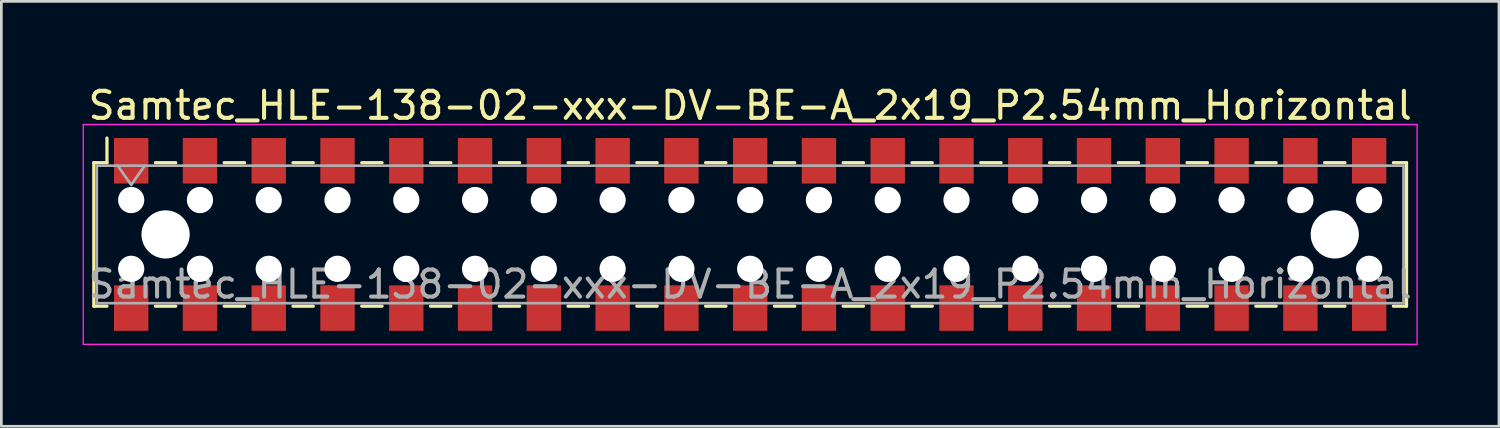
<source format=kicad_pcb>
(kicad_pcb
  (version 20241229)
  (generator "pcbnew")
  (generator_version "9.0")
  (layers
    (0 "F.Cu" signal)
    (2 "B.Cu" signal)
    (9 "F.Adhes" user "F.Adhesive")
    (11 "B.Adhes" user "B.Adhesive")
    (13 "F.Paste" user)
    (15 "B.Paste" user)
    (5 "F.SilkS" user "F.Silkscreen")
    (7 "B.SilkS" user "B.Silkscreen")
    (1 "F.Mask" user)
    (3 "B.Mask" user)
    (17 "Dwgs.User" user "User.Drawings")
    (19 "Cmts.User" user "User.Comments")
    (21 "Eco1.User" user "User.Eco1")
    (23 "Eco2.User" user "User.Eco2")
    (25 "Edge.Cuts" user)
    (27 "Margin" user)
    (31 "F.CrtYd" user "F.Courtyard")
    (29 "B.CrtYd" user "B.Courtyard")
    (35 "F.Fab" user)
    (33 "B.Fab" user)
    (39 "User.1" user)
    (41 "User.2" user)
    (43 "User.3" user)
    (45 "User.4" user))
  (footprint "Samtec_HLE-138-02-xxx-DV-BE-A_2x19_P2.54mm_Horizontal"
    (layer "F.Cu")
    (at 24.655 5.608)
    (property "Reference" "Samtec_HLE-138-02-xxx-DV-BE-A_2x19_P2.54mm_Horizontal" (at 0 -4.76 0) (layer "F.SilkS") (effects (font (size 1 1) (thickness 0.15))))
    (attr smd)
    (fp_line (start -24.24 -2.65) (end -24.24 2.65) (stroke (width 0.12) (type solid)) (layer "F.SilkS"))
    (fp_line (start -24.24 2.65) (end -23.755 2.65) (stroke (width 0.12) (type solid)) (layer "F.SilkS"))
    (fp_line (start -23.755 -3.56) (end -23.755 -2.65) (stroke (width 0.12) (type solid)) (layer "F.SilkS"))
    (fp_line (start -23.755 -2.65) (end -24.24 -2.65) (stroke (width 0.12) (type solid)) (layer "F.SilkS"))
    (fp_line (start -21.965 -2.65) (end -21.215 -2.65) (stroke (width 0.12) (type solid)) (layer "F.SilkS"))
    (fp_line (start -21.965 2.65) (end -21.215 2.65) (stroke (width 0.12) (type solid)) (layer "F.SilkS"))
    (fp_line (start -19.425 -2.65) (end -18.675 -2.65) (stroke (width 0.12) (type solid)) (layer "F.SilkS"))
    (fp_line (start -19.425 2.65) (end -18.675 2.65) (stroke (width 0.12) (type solid)) (layer "F.SilkS"))
    (fp_line (start -16.885 -2.65) (end -16.135 -2.65) (stroke (width 0.12) (type solid)) (layer "F.SilkS"))
    (fp_line (start -16.885 2.65) (end -16.135 2.65) (stroke (width 0.12) (type solid)) (layer "F.SilkS"))
    (fp_line (start -14.345 -2.65) (end -13.595 -2.65) (stroke (width 0.12) (type solid)) (layer "F.SilkS"))
    (fp_line (start -14.345 2.65) (end -13.595 2.65) (stroke (width 0.12) (type solid)) (layer "F.SilkS"))
    (fp_line (start -11.805 -2.65) (end -11.055 -2.65) (stroke (width 0.12) (type solid)) (layer "F.SilkS"))
    (fp_line (start -11.805 2.65) (end -11.055 2.65) (stroke (width 0.12) (type solid)) (layer "F.SilkS"))
    (fp_line (start -9.265 -2.65) (end -8.515 -2.65) (stroke (width 0.12) (type solid)) (layer "F.SilkS"))
    (fp_line (start -9.265 2.65) (end -8.515 2.65) (stroke (width 0.12) (type solid)) (layer "F.SilkS"))
    (fp_line (start -6.725 -2.65) (end -5.975 -2.65) (stroke (width 0.12) (type solid)) (layer "F.SilkS"))
    (fp_line (start -6.725 2.65) (end -5.975 2.65) (stroke (width 0.12) (type solid)) (layer "F.SilkS"))
    (fp_line (start -4.185 -2.65) (end -3.435 -2.65) (stroke (width 0.12) (type solid)) (layer "F.SilkS"))
    (fp_line (start -4.185 2.65) (end -3.435 2.65) (stroke (width 0.12) (type solid)) (layer "F.SilkS"))
    (fp_line (start -1.645 -2.65) (end -0.895 -2.65) (stroke (width 0.12) (type solid)) (layer "F.SilkS"))
    (fp_line (start -1.645 2.65) (end -0.895 2.65) (stroke (width 0.12) (type solid)) (layer "F.SilkS"))
    (fp_line (start 0.895 -2.65) (end 1.645 -2.65) (stroke (width 0.12) (type solid)) (layer "F.SilkS"))
    (fp_line (start 0.895 2.65) (end 1.645 2.65) (stroke (width 0.12) (type solid)) (layer "F.SilkS"))
    (fp_line (start 3.435 -2.65) (end 4.185 -2.65) (stroke (width 0.12) (type solid)) (layer "F.SilkS"))
    (fp_line (start 3.435 2.65) (end 4.185 2.65) (stroke (width 0.12) (type solid)) (layer "F.SilkS"))
    (fp_line (start 5.975 -2.65) (end 6.725 -2.65) (stroke (width 0.12) (type solid)) (layer "F.SilkS"))
    (fp_line (start 5.975 2.65) (end 6.725 2.65) (stroke (width 0.12) (type solid)) (layer "F.SilkS"))
    (fp_line (start 8.515 -2.65) (end 9.265 -2.65) (stroke (width 0.12) (type solid)) (layer "F.SilkS"))
    (fp_line (start 8.515 2.65) (end 9.265 2.65) (stroke (width 0.12) (type solid)) (layer "F.SilkS"))
    (fp_line (start 11.055 -2.65) (end 11.805 -2.65) (stroke (width 0.12) (type solid)) (layer "F.SilkS"))
    (fp_line (start 11.055 2.65) (end 11.805 2.65) (stroke (width 0.12) (type solid)) (layer "F.SilkS"))
    (fp_line (start 13.595 -2.65) (end 14.345 -2.65) (stroke (width 0.12) (type solid)) (layer "F.SilkS"))
    (fp_line (start 13.595 2.65) (end 14.345 2.65) (stroke (width 0.12) (type solid)) (layer "F.SilkS"))
    (fp_line (start 16.135 -2.65) (end 16.885 -2.65) (stroke (width 0.12) (type solid)) (layer "F.SilkS"))
    (fp_line (start 16.135 2.65) (end 16.885 2.65) (stroke (width 0.12) (type solid)) (layer "F.SilkS"))
    (fp_line (start 18.675 -2.65) (end 19.425 -2.65) (stroke (width 0.12) (type solid)) (layer "F.SilkS"))
    (fp_line (start 18.675 2.65) (end 19.425 2.65) (stroke (width 0.12) (type solid)) (layer "F.SilkS"))
    (fp_line (start 21.215 -2.65) (end 21.965 -2.65) (stroke (width 0.12) (type solid)) (layer "F.SilkS"))
    (fp_line (start 21.215 2.65) (end 21.965 2.65) (stroke (width 0.12) (type solid)) (layer "F.SilkS"))
    (fp_line (start 23.755 -2.65) (end 24.24 -2.65) (stroke (width 0.12) (type solid)) (layer "F.SilkS"))
    (fp_line (start 24.24 -2.65) (end 24.24 2.65) (stroke (width 0.12) (type solid)) (layer "F.SilkS"))
    (fp_line (start 24.24 2.65) (end 23.755 2.65) (stroke (width 0.12) (type solid)) (layer "F.SilkS"))
    (fp_line (start -24.63 -4.06) (end 24.63 -4.06) (stroke (width 0.05) (type solid)) (layer "F.CrtYd"))
    (fp_line (start -24.63 4.06) (end -24.63 -4.06) (stroke (width 0.05) (type solid)) (layer "F.CrtYd"))
    (fp_line (start 24.63 -4.06) (end 24.63 4.06) (stroke (width 0.05) (type solid)) (layer "F.CrtYd"))
    (fp_line (start 24.63 4.06) (end -24.63 4.06) (stroke (width 0.05) (type solid)) (layer "F.CrtYd"))
    (fp_line (start -24.13 -2.54) (end 24.13 -2.54) (stroke (width 0.1) (type solid)) (layer "F.Fab"))
    (fp_line (start -24.13 2.54) (end -24.13 -2.54) (stroke (width 0.1) (type solid)) (layer "F.Fab"))
    (fp_line (start -23.36 -2.54) (end -22.86 -1.833) (stroke (width 0.1) (type solid)) (layer "F.Fab"))
    (fp_line (start -22.86 -1.833) (end -22.36 -2.54) (stroke (width 0.1) (type solid)) (layer "F.Fab"))
    (fp_line (start 24.13 -2.54) (end 24.13 2.54) (stroke (width 0.1) (type solid)) (layer "F.Fab"))
    (fp_line (start 24.13 2.54) (end -24.13 2.54) (stroke (width 0.1) (type solid)) (layer "F.Fab"))
    (fp_text user "${REFERENCE}" (at 0 1.84 0) (layer "F.Fab") (effects (font (size 1 1) (thickness 0.15))))
    (pad "" np_thru_hole circle (at -22.86 -1.27) (size 0.97 0.97) (drill 0.97) (layers "*.Cu" "*.Mask"))
    (pad "" np_thru_hole circle (at -22.86 1.27) (size 0.97 0.97) (drill 0.97) (layers "*.Cu" "*.Mask"))
    (pad "" np_thru_hole circle (at -21.59 0) (size 1.78 1.78) (drill 1.78) (layers "*.Cu" "*.Mask"))
    (pad "" np_thru_hole circle (at -20.32 -1.27) (size 0.97 0.97) (drill 0.97) (layers "*.Cu" "*.Mask"))
    (pad "" np_thru_hole circle (at -20.32 1.27) (size 0.97 0.97) (drill 0.97) (layers "*.Cu" "*.Mask"))
    (pad "" np_thru_hole circle (at -17.78 -1.27) (size 0.97 0.97) (drill 0.97) (layers "*.Cu" "*.Mask"))
    (pad "" np_thru_hole circle (at -17.78 1.27) (size 0.97 0.97) (drill 0.97) (layers "*.Cu" "*.Mask"))
    (pad "" np_thru_hole circle (at -15.24 -1.27) (size 0.97 0.97) (drill 0.97) (layers "*.Cu" "*.Mask"))
    (pad "" np_thru_hole circle (at -15.24 1.27) (size 0.97 0.97) (drill 0.97) (layers "*.Cu" "*.Mask"))
    (pad "" np_thru_hole circle (at -12.7 -1.27) (size 0.97 0.97) (drill 0.97) (layers "*.Cu" "*.Mask"))
    (pad "" np_thru_hole circle (at -12.7 1.27) (size 0.97 0.97) (drill 0.97) (layers "*.Cu" "*.Mask"))
    (pad "" np_thru_hole circle (at -10.16 -1.27) (size 0.97 0.97) (drill 0.97) (layers "*.Cu" "*.Mask"))
    (pad "" np_thru_hole circle (at -10.16 1.27) (size 0.97 0.97) (drill 0.97) (layers "*.Cu" "*.Mask"))
    (pad "" np_thru_hole circle (at -7.62 -1.27) (size 0.97 0.97) (drill 0.97) (layers "*.Cu" "*.Mask"))
    (pad "" np_thru_hole circle (at -7.62 1.27) (size 0.97 0.97) (drill 0.97) (layers "*.Cu" "*.Mask"))
    (pad "" np_thru_hole circle (at -5.08 -1.27) (size 0.97 0.97) (drill 0.97) (layers "*.Cu" "*.Mask"))
    (pad "" np_thru_hole circle (at -5.08 1.27) (size 0.97 0.97) (drill 0.97) (layers "*.Cu" "*.Mask"))
    (pad "" np_thru_hole circle (at -2.54 -1.27) (size 0.97 0.97) (drill 0.97) (layers "*.Cu" "*.Mask"))
    (pad "" np_thru_hole circle (at -2.54 1.27) (size 0.97 0.97) (drill 0.97) (layers "*.Cu" "*.Mask"))
    (pad "" np_thru_hole circle (at 0 -1.27) (size 0.97 0.97) (drill 0.97) (layers "*.Cu" "*.Mask"))
    (pad "" np_thru_hole circle (at 0 1.27) (size 0.97 0.97) (drill 0.97) (layers "*.Cu" "*.Mask"))
    (pad "" np_thru_hole circle (at 2.54 -1.27) (size 0.97 0.97) (drill 0.97) (layers "*.Cu" "*.Mask"))
    (pad "" np_thru_hole circle (at 2.54 1.27) (size 0.97 0.97) (drill 0.97) (layers "*.Cu" "*.Mask"))
    (pad "" np_thru_hole circle (at 5.08 -1.27) (size 0.97 0.97) (drill 0.97) (layers "*.Cu" "*.Mask"))
    (pad "" np_thru_hole circle (at 5.08 1.27) (size 0.97 0.97) (drill 0.97) (layers "*.Cu" "*.Mask"))
    (pad "" np_thru_hole circle (at 7.62 -1.27) (size 0.97 0.97) (drill 0.97) (layers "*.Cu" "*.Mask"))
    (pad "" np_thru_hole circle (at 7.62 1.27) (size 0.97 0.97) (drill 0.97) (layers "*.Cu" "*.Mask"))
    (pad "" np_thru_hole circle (at 10.16 -1.27) (size 0.97 0.97) (drill 0.97) (layers "*.Cu" "*.Mask"))
    (pad "" np_thru_hole circle (at 10.16 1.27) (size 0.97 0.97) (drill 0.97) (layers "*.Cu" "*.Mask"))
    (pad "" np_thru_hole circle (at 12.7 -1.27) (size 0.97 0.97) (drill 0.97) (layers "*.Cu" "*.Mask"))
    (pad "" np_thru_hole circle (at 12.7 1.27) (size 0.97 0.97) (drill 0.97) (layers "*.Cu" "*.Mask"))
    (pad "" np_thru_hole circle (at 15.24 -1.27) (size 0.97 0.97) (drill 0.97) (layers "*.Cu" "*.Mask"))
    (pad "" np_thru_hole circle (at 15.24 1.27) (size 0.97 0.97) (drill 0.97) (layers "*.Cu" "*.Mask"))
    (pad "" np_thru_hole circle (at 17.78 -1.27) (size 0.97 0.97) (drill 0.97) (layers "*.Cu" "*.Mask"))
    (pad "" np_thru_hole circle (at 17.78 1.27) (size 0.97 0.97) (drill 0.97) (layers "*.Cu" "*.Mask"))
    (pad "" np_thru_hole circle (at 20.32 -1.27) (size 0.97 0.97) (drill 0.97) (layers "*.Cu" "*.Mask"))
    (pad "" np_thru_hole circle (at 20.32 1.27) (size 0.97 0.97) (drill 0.97) (layers "*.Cu" "*.Mask"))
    (pad "" np_thru_hole circle (at 21.59 0) (size 1.78 1.78) (drill 1.78) (layers "*.Cu" "*.Mask"))
    (pad "" np_thru_hole circle (at 22.86 -1.27) (size 0.97 0.97) (drill 0.97) (layers "*.Cu" "*.Mask"))
    (pad "" np_thru_hole circle (at 22.86 1.27) (size 0.97 0.97) (drill 0.97) (layers "*.Cu" "*.Mask"))
    (pad "1" smd rect (at -22.86 -2.72) (size 1.27 1.68) (layers "F.Cu" "F.Mask" "F.Paste"))
    (pad "2" smd rect (at -22.86 2.72) (size 1.27 1.68) (layers "F.Cu" "F.Mask" "F.Paste"))
    (pad "3" smd rect (at -20.32 -2.72) (size 1.27 1.68) (layers "F.Cu" "F.Mask" "F.Paste"))
    (pad "4" smd rect (at -20.32 2.72) (size 1.27 1.68) (layers "F.Cu" "F.Mask" "F.Paste"))
    (pad "5" smd rect (at -17.78 -2.72) (size 1.27 1.68) (layers "F.Cu" "F.Mask" "F.Paste"))
    (pad "6" smd rect (at -17.78 2.72) (size 1.27 1.68) (layers "F.Cu" "F.Mask" "F.Paste"))
    (pad "7" smd rect (at -15.24 -2.72) (size 1.27 1.68) (layers "F.Cu" "F.Mask" "F.Paste"))
    (pad "8" smd rect (at -15.24 2.72) (size 1.27 1.68) (layers "F.Cu" "F.Mask" "F.Paste"))
    (pad "9" smd rect (at -12.7 -2.72) (size 1.27 1.68) (layers "F.Cu" "F.Mask" "F.Paste"))
    (pad "10" smd rect (at -12.7 2.72) (size 1.27 1.68) (layers "F.Cu" "F.Mask" "F.Paste"))
    (pad "11" smd rect (at -10.16 -2.72) (size 1.27 1.68) (layers "F.Cu" "F.Mask" "F.Paste"))
    (pad "12" smd rect (at -10.16 2.72) (size 1.27 1.68) (layers "F.Cu" "F.Mask" "F.Paste"))
    (pad "13" smd rect (at -7.62 -2.72) (size 1.27 1.68) (layers "F.Cu" "F.Mask" "F.Paste"))
    (pad "14" smd rect (at -7.62 2.72) (size 1.27 1.68) (layers "F.Cu" "F.Mask" "F.Paste"))
    (pad "15" smd rect (at -5.08 -2.72) (size 1.27 1.68) (layers "F.Cu" "F.Mask" "F.Paste"))
    (pad "16" smd rect (at -5.08 2.72) (size 1.27 1.68) (layers "F.Cu" "F.Mask" "F.Paste"))
    (pad "17" smd rect (at -2.54 -2.72) (size 1.27 1.68) (layers "F.Cu" "F.Mask" "F.Paste"))
    (pad "18" smd rect (at -2.54 2.72) (size 1.27 1.68) (layers "F.Cu" "F.Mask" "F.Paste"))
    (pad "19" smd rect (at 0 -2.72) (size 1.27 1.68) (layers "F.Cu" "F.Mask" "F.Paste"))
    (pad "20" smd rect (at 0 2.72) (size 1.27 1.68) (layers "F.Cu" "F.Mask" "F.Paste"))
    (pad "21" smd rect (at 2.54 -2.72) (size 1.27 1.68) (layers "F.Cu" "F.Mask" "F.Paste"))
    (pad "22" smd rect (at 2.54 2.72) (size 1.27 1.68) (layers "F.Cu" "F.Mask" "F.Paste"))
    (pad "23" smd rect (at 5.08 -2.72) (size 1.27 1.68) (layers "F.Cu" "F.Mask" "F.Paste"))
    (pad "24" smd rect (at 5.08 2.72) (size 1.27 1.68) (layers "F.Cu" "F.Mask" "F.Paste"))
    (pad "25" smd rect (at 7.62 -2.72) (size 1.27 1.68) (layers "F.Cu" "F.Mask" "F.Paste"))
    (pad "26" smd rect (at 7.62 2.72) (size 1.27 1.68) (layers "F.Cu" "F.Mask" "F.Paste"))
    (pad "27" smd rect (at 10.16 -2.72) (size 1.27 1.68) (layers "F.Cu" "F.Mask" "F.Paste"))
    (pad "28" smd rect (at 10.16 2.72) (size 1.27 1.68) (layers "F.Cu" "F.Mask" "F.Paste"))
    (pad "29" smd rect (at 12.7 -2.72) (size 1.27 1.68) (layers "F.Cu" "F.Mask" "F.Paste"))
    (pad "30" smd rect (at 12.7 2.72) (size 1.27 1.68) (layers "F.Cu" "F.Mask" "F.Paste"))
    (pad "31" smd rect (at 15.24 -2.72) (size 1.27 1.68) (layers "F.Cu" "F.Mask" "F.Paste"))
    (pad "32" smd rect (at 15.24 2.72) (size 1.27 1.68) (layers "F.Cu" "F.Mask" "F.Paste"))
    (pad "33" smd rect (at 17.78 -2.72) (size 1.27 1.68) (layers "F.Cu" "F.Mask" "F.Paste"))
    (pad "34" smd rect (at 17.78 2.72) (size 1.27 1.68) (layers "F.Cu" "F.Mask" "F.Paste"))
    (pad "35" smd rect (at 20.32 -2.72) (size 1.27 1.68) (layers "F.Cu" "F.Mask" "F.Paste"))
    (pad "36" smd rect (at 20.32 2.72) (size 1.27 1.68) (layers "F.Cu" "F.Mask" "F.Paste"))
    (pad "37" smd rect (at 22.86 -2.72) (size 1.27 1.68) (layers "F.Cu" "F.Mask" "F.Paste"))
    (pad "38" smd rect (at 22.86 2.72) (size 1.27 1.68) (layers "F.Cu" "F.Mask" "F.Paste")))
  (gr_rect
    (start -3 -3)
    (end 52.31 12.693)
    (stroke (width 0.1) (type default))
    (fill no)
    (layer "Edge.Cuts")))
</source>
